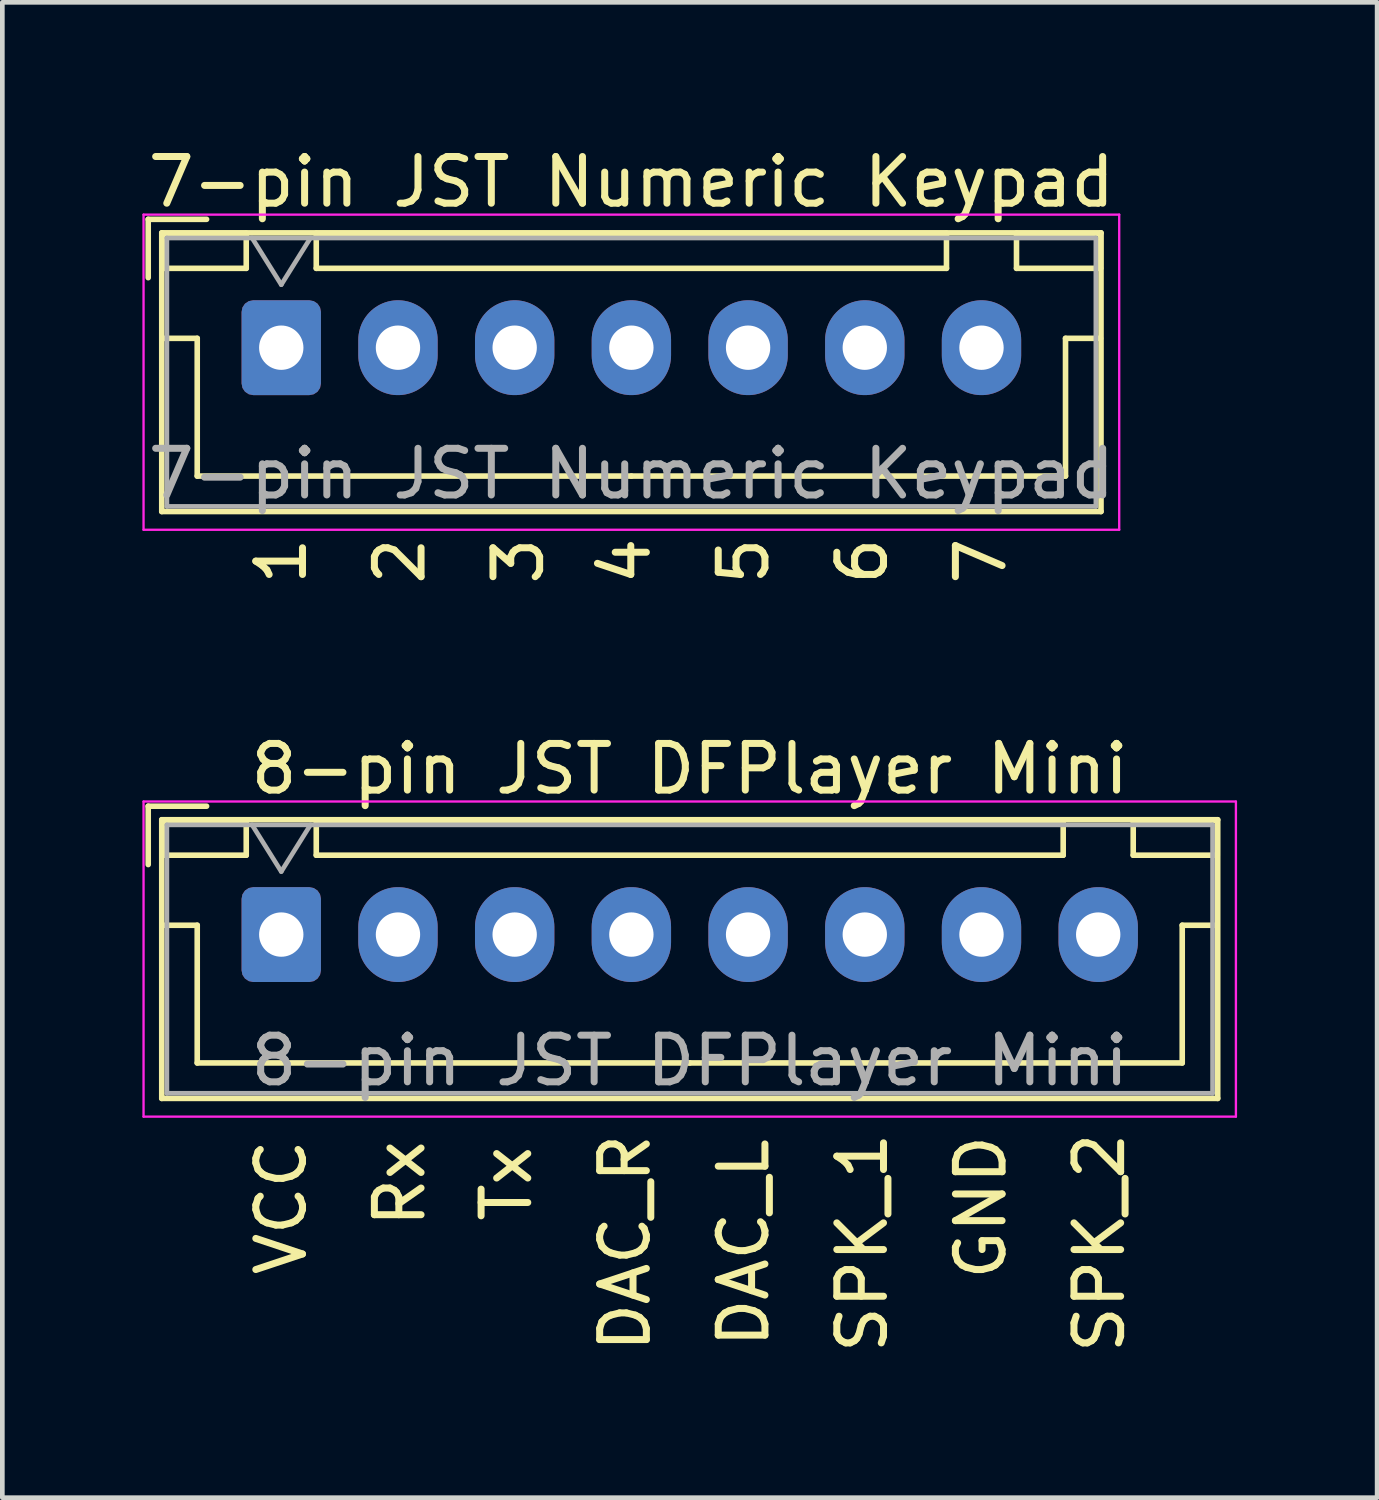
<source format=kicad_pcb>
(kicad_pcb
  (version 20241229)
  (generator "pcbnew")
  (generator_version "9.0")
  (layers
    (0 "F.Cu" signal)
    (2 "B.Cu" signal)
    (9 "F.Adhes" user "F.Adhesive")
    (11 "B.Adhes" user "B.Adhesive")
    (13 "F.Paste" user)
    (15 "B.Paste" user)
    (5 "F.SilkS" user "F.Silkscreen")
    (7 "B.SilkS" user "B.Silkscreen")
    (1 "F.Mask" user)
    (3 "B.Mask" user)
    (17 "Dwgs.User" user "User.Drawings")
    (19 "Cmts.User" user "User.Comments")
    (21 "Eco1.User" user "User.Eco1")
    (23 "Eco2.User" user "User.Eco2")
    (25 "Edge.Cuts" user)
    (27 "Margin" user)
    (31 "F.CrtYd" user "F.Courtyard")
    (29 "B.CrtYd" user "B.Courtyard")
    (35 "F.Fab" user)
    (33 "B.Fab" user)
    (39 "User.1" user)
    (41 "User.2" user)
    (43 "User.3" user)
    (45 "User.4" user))
  (footprint "8-pin JST DFPlayer Mini"
    (layer "F.Cu")
    (at 2.975 16.97)
    (property "Reference" "8-pin JST DFPlayer Mini" (at 8.75 -3.55 0) (layer "F.SilkS") (effects (font (size 1 1) (thickness 0.15))))
    (attr through_hole)
    (fp_line (start -2.85 -2.75) (end -2.85 -1.5) (stroke (width 0.12) (type solid)) (layer "F.SilkS"))
    (fp_line (start -2.56 -2.46) (end -2.56 3.51) (stroke (width 0.12) (type solid)) (layer "F.SilkS"))
    (fp_line (start -2.56 3.51) (end 20.06 3.51) (stroke (width 0.12) (type solid)) (layer "F.SilkS"))
    (fp_line (start -2.55 -2.45) (end -2.55 -1.7) (stroke (width 0.12) (type solid)) (layer "F.SilkS"))
    (fp_line (start -2.55 -1.7) (end -0.75 -1.7) (stroke (width 0.12) (type solid)) (layer "F.SilkS"))
    (fp_line (start -2.55 -0.2) (end -1.8 -0.2) (stroke (width 0.12) (type solid)) (layer "F.SilkS"))
    (fp_line (start -1.8 -0.2) (end -1.8 2.75) (stroke (width 0.12) (type solid)) (layer "F.SilkS"))
    (fp_line (start -1.8 2.75) (end 8.75 2.75) (stroke (width 0.12) (type solid)) (layer "F.SilkS"))
    (fp_line (start -1.6 -2.75) (end -2.85 -2.75) (stroke (width 0.12) (type solid)) (layer "F.SilkS"))
    (fp_line (start -0.75 -2.45) (end -2.55 -2.45) (stroke (width 0.12) (type solid)) (layer "F.SilkS"))
    (fp_line (start -0.75 -1.7) (end -0.75 -2.45) (stroke (width 0.12) (type solid)) (layer "F.SilkS"))
    (fp_line (start 0.75 -2.45) (end 0.75 -1.7) (stroke (width 0.12) (type solid)) (layer "F.SilkS"))
    (fp_line (start 0.75 -1.7) (end 16.75 -1.7) (stroke (width 0.12) (type solid)) (layer "F.SilkS"))
    (fp_line (start 16.75 -2.45) (end 0.75 -2.45) (stroke (width 0.12) (type solid)) (layer "F.SilkS"))
    (fp_line (start 16.75 -1.7) (end 16.75 -2.45) (stroke (width 0.12) (type solid)) (layer "F.SilkS"))
    (fp_line (start 18.25 -2.45) (end 18.25 -1.7) (stroke (width 0.12) (type solid)) (layer "F.SilkS"))
    (fp_line (start 18.25 -1.7) (end 20.05 -1.7) (stroke (width 0.12) (type solid)) (layer "F.SilkS"))
    (fp_line (start 19.3 -0.2) (end 19.3 2.75) (stroke (width 0.12) (type solid)) (layer "F.SilkS"))
    (fp_line (start 19.3 2.75) (end 8.75 2.75) (stroke (width 0.12) (type solid)) (layer "F.SilkS"))
    (fp_line (start 20.05 -2.45) (end 18.25 -2.45) (stroke (width 0.12) (type solid)) (layer "F.SilkS"))
    (fp_line (start 20.05 -1.7) (end 20.05 -2.45) (stroke (width 0.12) (type solid)) (layer "F.SilkS"))
    (fp_line (start 20.05 -0.2) (end 19.3 -0.2) (stroke (width 0.12) (type solid)) (layer "F.SilkS"))
    (fp_line (start 20.06 -2.46) (end -2.56 -2.46) (stroke (width 0.12) (type solid)) (layer "F.SilkS"))
    (fp_line (start 20.06 3.51) (end 20.06 -2.46) (stroke (width 0.12) (type solid)) (layer "F.SilkS"))
    (fp_line (start -2.95 -2.85) (end -2.95 3.9) (stroke (width 0.05) (type solid)) (layer "F.CrtYd"))
    (fp_line (start -2.95 3.9) (end 20.45 3.9) (stroke (width 0.05) (type solid)) (layer "F.CrtYd"))
    (fp_line (start 20.45 -2.85) (end -2.95 -2.85) (stroke (width 0.05) (type solid)) (layer "F.CrtYd"))
    (fp_line (start 20.45 3.9) (end 20.45 -2.85) (stroke (width 0.05) (type solid)) (layer "F.CrtYd"))
    (fp_line (start -2.45 -2.35) (end -2.45 3.4) (stroke (width 0.1) (type solid)) (layer "F.Fab"))
    (fp_line (start -2.45 3.4) (end 19.95 3.4) (stroke (width 0.1) (type solid)) (layer "F.Fab"))
    (fp_line (start -0.625 -2.35) (end 0 -1.35) (stroke (width 0.1) (type solid)) (layer "F.Fab"))
    (fp_line (start 0 -1.35) (end 0.625 -2.35) (stroke (width 0.1) (type solid)) (layer "F.Fab"))
    (fp_line (start 19.95 -2.35) (end -2.45 -2.35) (stroke (width 0.1) (type solid)) (layer "F.Fab"))
    (fp_line (start 19.95 3.4) (end 19.95 -2.35) (stroke (width 0.1) (type solid)) (layer "F.Fab"))
    (fp_text user "Tx" (at 4.826 5.334 90) (unlocked yes) (layer "F.SilkS") (effects (font (size 1 1) (thickness 0.15))))
    (fp_text user "VCC" (at 0 5.842 90) (unlocked yes) (layer "F.SilkS") (effects (font (size 1 1) (thickness 0.15))))
    (fp_text user "DAC_L" (at 9.906 6.604 90) (unlocked yes) (layer "F.SilkS") (effects (font (size 1 1) (thickness 0.15))))
    (fp_text user "SPK_1" (at 12.446 6.604 90) (unlocked yes) (layer "F.SilkS") (effects (font (size 1 1) (thickness 0.15))))
    (fp_text user "GND" (at 14.986 5.842 90) (unlocked yes) (layer "F.SilkS") (effects (font (size 1 1) (thickness 0.15))))
    (fp_text user "Rx" (at 2.54 5.334 90) (unlocked yes) (layer "F.SilkS") (effects (font (size 1 1) (thickness 0.15))))
    (fp_text user "SPK_2" (at 17.526 6.604 90) (unlocked yes) (layer "F.SilkS") (effects (font (size 1 1) (thickness 0.15))))
    (fp_text user "DAC_R" (at 7.366 6.604 90) (unlocked yes) (layer "F.SilkS") (effects (font (size 1 1) (thickness 0.15))))
    (fp_text user "${REFERENCE}" (at 8.75 2.7 0) (layer "F.Fab") (effects (font (size 1 1) (thickness 0.15))))
    (pad "1" thru_hole roundrect (at 0 0) (size 1.7 2.032) (drill 0.95) (layers "*.Cu" "*.Mask") (roundrect_rratio 0.147))
    (pad "2" thru_hole oval (at 2.5 0) (size 1.7 2.032) (drill 0.95) (layers "*.Cu" "*.Mask"))
    (pad "3" thru_hole oval (at 5 0) (size 1.7 2.032) (drill 0.95) (layers "*.Cu" "*.Mask"))
    (pad "4" thru_hole oval (at 7.5 0) (size 1.7 2.032) (drill 0.95) (layers "*.Cu" "*.Mask"))
    (pad "5" thru_hole oval (at 10 0) (size 1.7 2.032) (drill 0.95) (layers "*.Cu" "*.Mask"))
    (pad "6" thru_hole oval (at 12.5 0) (size 1.7 2.032) (drill 0.95) (layers "*.Cu" "*.Mask"))
    (pad "7" thru_hole oval (at 15 0) (size 1.7 2.032) (drill 0.95) (layers "*.Cu" "*.Mask"))
    (pad "8" thru_hole oval (at 17.5 0) (size 1.7 2.032) (drill 0.95) (layers "*.Cu" "*.Mask")))
  (footprint "7-pin JST Numeric Keypad"
    (layer "F.Cu")
    (at 2.975 4.398)
    (property "Reference" "7-pin JST Numeric Keypad" (at 7.5 -3.55 0) (layer "F.SilkS") (effects (font (size 1 1) (thickness 0.15))))
    (attr through_hole)
    (fp_line (start -2.85 -2.75) (end -2.85 -1.5) (stroke (width 0.12) (type solid)) (layer "F.SilkS"))
    (fp_line (start -2.56 -2.46) (end -2.56 3.51) (stroke (width 0.12) (type solid)) (layer "F.SilkS"))
    (fp_line (start -2.56 3.51) (end 17.56 3.51) (stroke (width 0.12) (type solid)) (layer "F.SilkS"))
    (fp_line (start -2.55 -2.45) (end -2.55 -1.7) (stroke (width 0.12) (type solid)) (layer "F.SilkS"))
    (fp_line (start -2.55 -1.7) (end -0.75 -1.7) (stroke (width 0.12) (type solid)) (layer "F.SilkS"))
    (fp_line (start -2.55 -0.2) (end -1.8 -0.2) (stroke (width 0.12) (type solid)) (layer "F.SilkS"))
    (fp_line (start -1.8 -0.2) (end -1.8 2.75) (stroke (width 0.12) (type solid)) (layer "F.SilkS"))
    (fp_line (start -1.8 2.75) (end 7.5 2.75) (stroke (width 0.12) (type solid)) (layer "F.SilkS"))
    (fp_line (start -1.6 -2.75) (end -2.85 -2.75) (stroke (width 0.12) (type solid)) (layer "F.SilkS"))
    (fp_line (start -0.75 -2.45) (end -2.55 -2.45) (stroke (width 0.12) (type solid)) (layer "F.SilkS"))
    (fp_line (start -0.75 -1.7) (end -0.75 -2.45) (stroke (width 0.12) (type solid)) (layer "F.SilkS"))
    (fp_line (start 0.75 -2.45) (end 0.75 -1.7) (stroke (width 0.12) (type solid)) (layer "F.SilkS"))
    (fp_line (start 0.75 -1.7) (end 14.25 -1.7) (stroke (width 0.12) (type solid)) (layer "F.SilkS"))
    (fp_line (start 14.25 -2.45) (end 0.75 -2.45) (stroke (width 0.12) (type solid)) (layer "F.SilkS"))
    (fp_line (start 14.25 -1.7) (end 14.25 -2.45) (stroke (width 0.12) (type solid)) (layer "F.SilkS"))
    (fp_line (start 15.75 -2.45) (end 15.75 -1.7) (stroke (width 0.12) (type solid)) (layer "F.SilkS"))
    (fp_line (start 15.75 -1.7) (end 17.55 -1.7) (stroke (width 0.12) (type solid)) (layer "F.SilkS"))
    (fp_line (start 16.8 -0.2) (end 16.8 2.75) (stroke (width 0.12) (type solid)) (layer "F.SilkS"))
    (fp_line (start 16.8 2.75) (end 7.5 2.75) (stroke (width 0.12) (type solid)) (layer "F.SilkS"))
    (fp_line (start 17.55 -2.45) (end 15.75 -2.45) (stroke (width 0.12) (type solid)) (layer "F.SilkS"))
    (fp_line (start 17.55 -1.7) (end 17.55 -2.45) (stroke (width 0.12) (type solid)) (layer "F.SilkS"))
    (fp_line (start 17.55 -0.2) (end 16.8 -0.2) (stroke (width 0.12) (type solid)) (layer "F.SilkS"))
    (fp_line (start 17.56 -2.46) (end -2.56 -2.46) (stroke (width 0.12) (type solid)) (layer "F.SilkS"))
    (fp_line (start 17.56 3.51) (end 17.56 -2.46) (stroke (width 0.12) (type solid)) (layer "F.SilkS"))
    (fp_line (start -2.95 -2.85) (end -2.95 3.9) (stroke (width 0.05) (type solid)) (layer "F.CrtYd"))
    (fp_line (start -2.95 3.9) (end 17.95 3.9) (stroke (width 0.05) (type solid)) (layer "F.CrtYd"))
    (fp_line (start 17.95 -2.85) (end -2.95 -2.85) (stroke (width 0.05) (type solid)) (layer "F.CrtYd"))
    (fp_line (start 17.95 3.9) (end 17.95 -2.85) (stroke (width 0.05) (type solid)) (layer "F.CrtYd"))
    (fp_line (start -2.45 -2.35) (end -2.45 3.4) (stroke (width 0.1) (type solid)) (layer "F.Fab"))
    (fp_line (start -2.45 3.4) (end 17.45 3.4) (stroke (width 0.1) (type solid)) (layer "F.Fab"))
    (fp_line (start -0.625 -2.35) (end 0 -1.35) (stroke (width 0.1) (type solid)) (layer "F.Fab"))
    (fp_line (start 0 -1.35) (end 0.625 -2.35) (stroke (width 0.1) (type solid)) (layer "F.Fab"))
    (fp_line (start 17.45 -2.35) (end -2.45 -2.35) (stroke (width 0.1) (type solid)) (layer "F.Fab"))
    (fp_line (start 17.45 3.4) (end 17.45 -2.35) (stroke (width 0.1) (type solid)) (layer "F.Fab"))
    (fp_text user "3" (at 5.08 4.572 90) (unlocked yes) (layer "F.SilkS") (effects (font (size 1 1) (thickness 0.15))))
    (fp_text user "6" (at 12.446 4.572 90) (unlocked yes) (layer "F.SilkS") (effects (font (size 1 1) (thickness 0.15))))
    (fp_text user "1" (at 0 4.572 90) (unlocked yes) (layer "F.SilkS") (effects (font (size 1 1) (thickness 0.15))))
    (fp_text user "4" (at 7.366 4.572 90) (unlocked yes) (layer "F.SilkS") (effects (font (size 1 1) (thickness 0.15))))
    (fp_text user "5" (at 9.906 4.572 90) (unlocked yes) (layer "F.SilkS") (effects (font (size 1 1) (thickness 0.15))))
    (fp_text user "2" (at 2.54 4.572 90) (unlocked yes) (layer "F.SilkS") (effects (font (size 1 1) (thickness 0.15))))
    (fp_text user "7" (at 14.986 4.572 90) (unlocked yes) (layer "F.SilkS") (effects (font (size 1 1) (thickness 0.15))))
    (fp_text user "${REFERENCE}" (at 7.5 2.7 0) (layer "F.Fab") (effects (font (size 1 1) (thickness 0.15))))
    (pad "1" thru_hole roundrect (at 0 0) (size 1.7 2.032) (drill 0.95) (layers "*.Cu" "*.Mask") (roundrect_rratio 0.147))
    (pad "2" thru_hole oval (at 2.5 0) (size 1.7 2.032) (drill 0.95) (layers "*.Cu" "*.Mask"))
    (pad "3" thru_hole oval (at 5 0) (size 1.7 2.032) (drill 0.95) (layers "*.Cu" "*.Mask"))
    (pad "4" thru_hole oval (at 7.5 0) (size 1.7 2.032) (drill 0.95) (layers "*.Cu" "*.Mask"))
    (pad "5" thru_hole oval (at 10 0) (size 1.7 2.032) (drill 0.95) (layers "*.Cu" "*.Mask"))
    (pad "6" thru_hole oval (at 12.5 0) (size 1.7 2.032) (drill 0.95) (layers "*.Cu" "*.Mask"))
    (pad "7" thru_hole oval (at 15 0) (size 1.7 2.032) (drill 0.95) (layers "*.Cu" "*.Mask")))
  (gr_rect
    (start -3 -3)
    (end 26.45 29.032)
    (stroke (width 0.1) (type default))
    (fill no)
    (layer "Edge.Cuts")))
</source>
